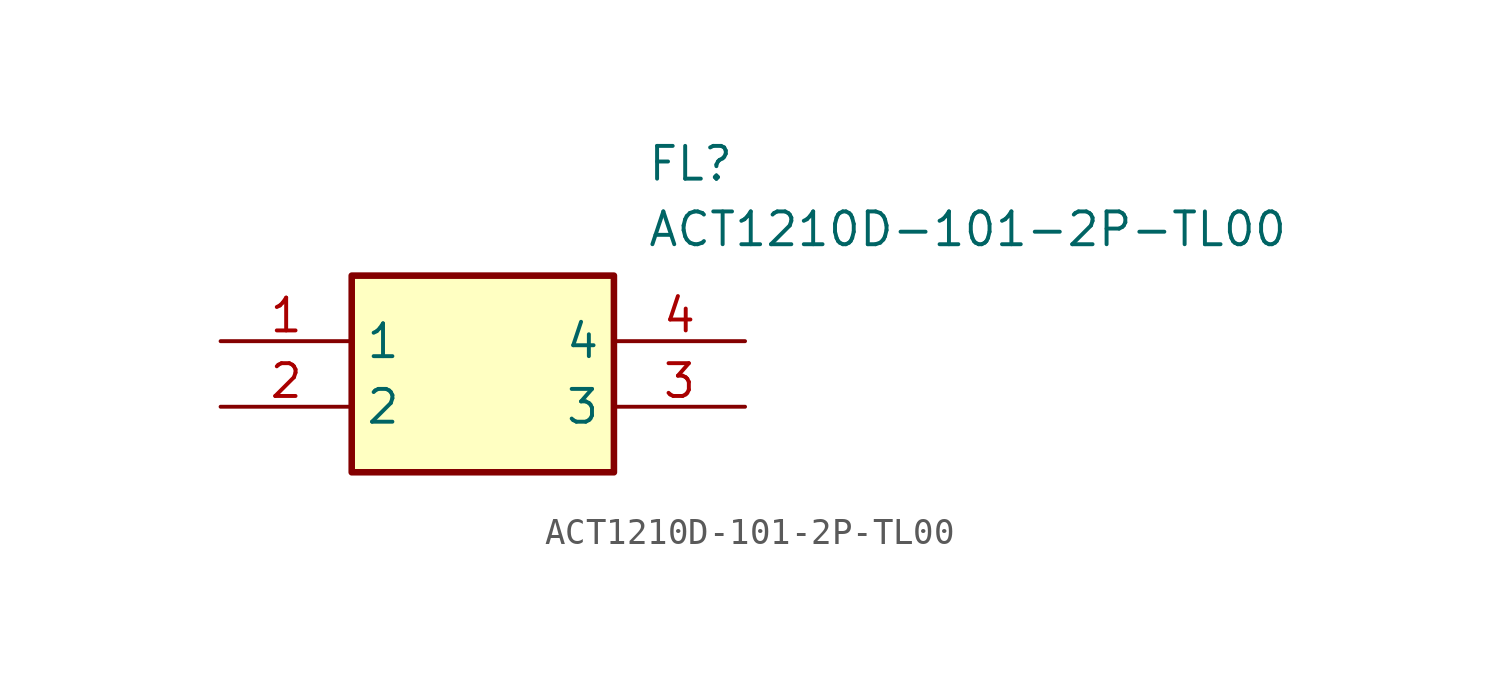
<source format=kicad_sym>
(kicad_symbol_lib
  (version 20211014)
  (generator SamacSys_ECAD_Model)
  (symbol "ACT1210D-101-2P-TL00"
    (property "Reference" "FL"
      (at 16.51 7.62 0)
      (effects (font (size 1.27 1.27)) (justify left top)))
    (property "Value" "ACT1210D-101-2P-TL00"
      (at 16.51 5.08 0)
      (effects (font (size 1.27 1.27)) (justify left top)))
    (rectangle
      (start 5.08 2.54)
      (end 15.24 -5.08)
      (stroke (width 0.254) (type default))
      (fill (type background)))
    (pin passive line
      (at 0 0 0)
      (length 5.08)
      (name "1" (effects (font (size 1.27 1.27))))
      (number "1" (effects (font (size 1.27 1.27)))))
    (pin passive line
      (at 0 -2.54 0)
      (length 5.08)
      (name "2" (effects (font (size 1.27 1.27))))
      (number "2" (effects (font (size 1.27 1.27)))))
    (pin passive line
      (at 20.32 -2.54 180)
      (length 5.08)
      (name "3" (effects (font (size 1.27 1.27))))
      (number "3" (effects (font (size 1.27 1.27)))))
    (pin passive line
      (at 20.32 0 180)
      (length 5.08)
      (name "4" (effects (font (size 1.27 1.27))))
      (number "4" (effects (font (size 1.27 1.27)))))))
</source>
